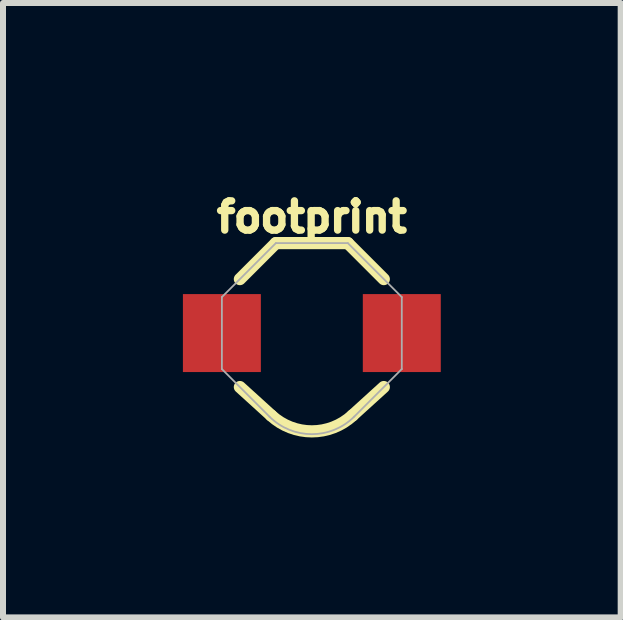
<source format=kicad_pcb>
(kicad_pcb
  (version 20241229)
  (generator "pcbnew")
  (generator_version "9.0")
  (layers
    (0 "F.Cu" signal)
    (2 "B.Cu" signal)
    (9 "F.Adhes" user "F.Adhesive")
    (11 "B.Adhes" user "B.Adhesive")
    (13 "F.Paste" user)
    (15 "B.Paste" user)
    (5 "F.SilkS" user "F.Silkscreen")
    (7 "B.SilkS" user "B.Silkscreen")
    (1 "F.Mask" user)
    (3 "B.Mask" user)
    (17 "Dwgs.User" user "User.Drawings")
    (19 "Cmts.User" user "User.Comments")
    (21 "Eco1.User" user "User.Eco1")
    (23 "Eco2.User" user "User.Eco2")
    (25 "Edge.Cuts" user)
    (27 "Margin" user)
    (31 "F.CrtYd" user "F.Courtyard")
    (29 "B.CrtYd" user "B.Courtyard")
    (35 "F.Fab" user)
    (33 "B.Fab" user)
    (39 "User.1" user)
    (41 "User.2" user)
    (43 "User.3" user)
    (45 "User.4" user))
  (footprint "footprint"
    (layer "F.Cu")
    (at 2.15 2.504)
    (property "Reference" "footprint" (at 0 -1.651 0) (layer "F.SilkS") (effects (font (size 0.488 0.488) (thickness 0.122)) (justify bottom)))
    (fp_line (start -1.2 -0.9) (end -0.6 -1.5) (stroke (width 0.203) (type solid)) (layer "F.SilkS"))
    (fp_line (start -1.2 0.9) (end -0.678 1.374) (stroke (width 0.203) (type solid)) (layer "F.SilkS"))
    (fp_line (start -0.6 -1.5) (end 0.6 -1.5) (stroke (width 0.203) (type solid)) (layer "F.SilkS"))
    (fp_line (start 0.6 -1.5) (end 1.2 -0.9) (stroke (width 0.203) (type solid)) (layer "F.SilkS"))
    (fp_line (start 0.678 1.374) (end 1.2 0.9) (stroke (width 0.203) (type solid)) (layer "F.SilkS"))
    (fp_arc (start 0.678301 1.373899) (mid 0.000001 1.639111) (end -0.6783 1.3739) (stroke (width 0.2032) (type solid)) (layer "F.SilkS"))
    (fp_line (start -1.5 -0.6) (end -1.5 0.6) (stroke (width 0.03) (type solid)) (layer "F.Fab"))
    (fp_line (start -1.5 0.6) (end -0.707 1.393) (stroke (width 0.03) (type solid)) (layer "F.Fab"))
    (fp_line (start -0.6 -1.5) (end -1.5 -0.6) (stroke (width 0.03) (type solid)) (layer "F.Fab"))
    (fp_line (start 0.6 -1.5) (end -0.6 -1.5) (stroke (width 0.03) (type solid)) (layer "F.Fab"))
    (fp_line (start 0.707 1.393) (end 1.5 0.6) (stroke (width 0.03) (type solid)) (layer "F.Fab"))
    (fp_line (start 1.5 -0.6) (end 0.6 -1.5) (stroke (width 0.03) (type solid)) (layer "F.Fab"))
    (fp_line (start 1.5 0.6) (end 1.5 -0.6) (stroke (width 0.03) (type solid)) (layer "F.Fab"))
    (fp_arc (start 0.707101 1.392899) (mid 0.000001 1.68579) (end -0.7071 1.3929) (stroke (width 0.03) (type solid)) (layer "F.Fab"))
    (pad "P$1" smd rect (at -1.5 0 90) (size 1.3 1.3) (layers "F.Cu" "F.Mask" "F.Paste"))
    (pad "P$2" smd rect (at 1.5 0 90) (size 1.3 1.3) (layers "F.Cu" "F.Mask" "F.Paste")))
  (gr_rect
    (start -3 -3)
    (end 7.3 7.245)
    (stroke (width 0.1) (type default))
    (fill no)
    (layer "Edge.Cuts")))
</source>
